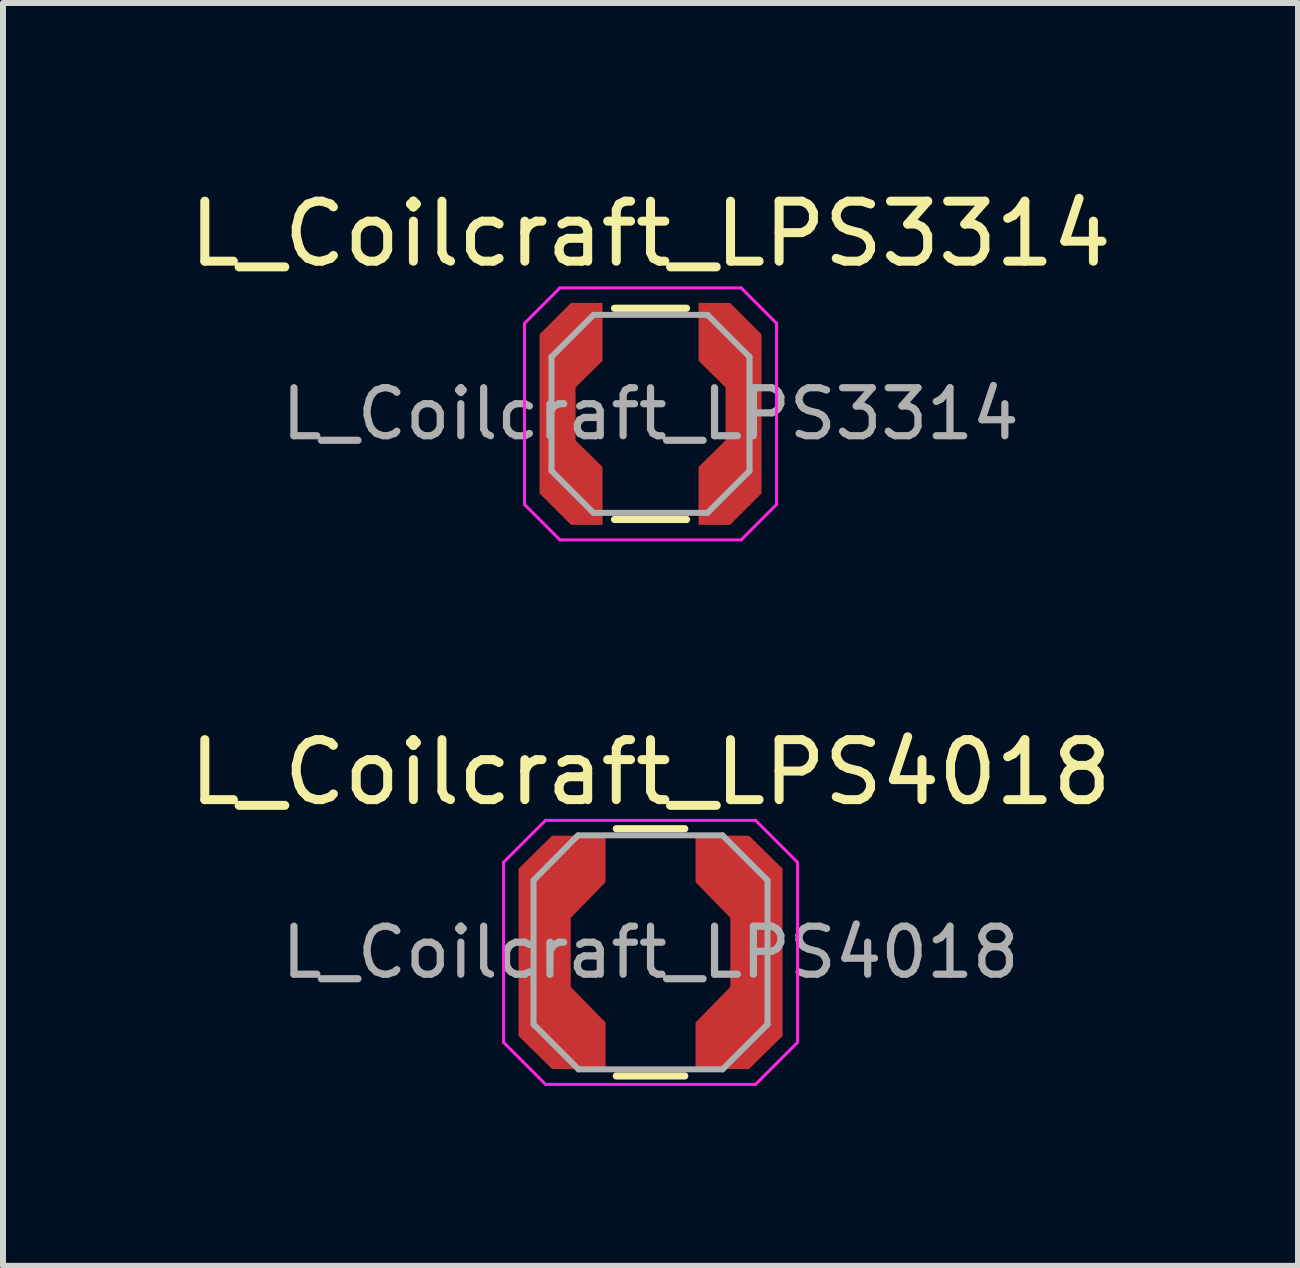
<source format=kicad_pcb>
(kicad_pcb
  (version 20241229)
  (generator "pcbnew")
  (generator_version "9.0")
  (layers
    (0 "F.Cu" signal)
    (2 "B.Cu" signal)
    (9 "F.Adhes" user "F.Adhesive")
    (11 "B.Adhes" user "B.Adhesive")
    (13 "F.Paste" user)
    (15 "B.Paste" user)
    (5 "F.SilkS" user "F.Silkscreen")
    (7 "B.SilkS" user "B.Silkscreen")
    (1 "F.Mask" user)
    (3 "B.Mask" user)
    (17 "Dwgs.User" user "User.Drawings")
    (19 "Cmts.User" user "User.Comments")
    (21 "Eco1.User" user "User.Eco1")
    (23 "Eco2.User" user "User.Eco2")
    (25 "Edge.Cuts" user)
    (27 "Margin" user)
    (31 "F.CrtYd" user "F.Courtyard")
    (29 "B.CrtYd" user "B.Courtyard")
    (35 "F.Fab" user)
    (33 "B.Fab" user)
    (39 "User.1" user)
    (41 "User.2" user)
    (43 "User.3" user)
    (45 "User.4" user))
  (footprint "L_Coilcraft_LPS4018"
    (layer "F.Cu")
    (at 7.792 12.822)
    (property "Reference" "L_Coilcraft_LPS4018" (at 0 -3 0) (layer "F.SilkS") (effects (font (size 1 1) (thickness 0.15))))
    (attr smd)
    (fp_line (start -0.57 -2.06) (end 0.57 -2.06) (stroke (width 0.12) (type solid)) (layer "F.SilkS"))
    (fp_line (start -0.57 2.06) (end 0.57 2.06) (stroke (width 0.12) (type solid)) (layer "F.SilkS"))
    (fp_line (start -2.45 -1.5) (end -2.45 1.5) (stroke (width 0.05) (type solid)) (layer "F.CrtYd"))
    (fp_line (start -1.75 -2.2) (end -2.45 -1.5) (stroke (width 0.05) (type solid)) (layer "F.CrtYd"))
    (fp_line (start -1.75 -2.2) (end 1.75 -2.2) (stroke (width 0.05) (type solid)) (layer "F.CrtYd"))
    (fp_line (start -1.75 2.2) (end -2.45 1.5) (stroke (width 0.05) (type solid)) (layer "F.CrtYd"))
    (fp_line (start -1.75 2.2) (end 1.75 2.2) (stroke (width 0.05) (type solid)) (layer "F.CrtYd"))
    (fp_line (start 1.75 -2.2) (end 2.45 -1.5) (stroke (width 0.05) (type solid)) (layer "F.CrtYd"))
    (fp_line (start 1.75 2.2) (end 2.45 1.5) (stroke (width 0.05) (type solid)) (layer "F.CrtYd"))
    (fp_line (start 2.45 -1.5) (end 2.45 1.5) (stroke (width 0.05) (type solid)) (layer "F.CrtYd"))
    (fp_line (start -1.95 -1.2) (end -1.21 -1.95) (stroke (width 0.1) (type solid)) (layer "F.Fab"))
    (fp_line (start -1.95 1.2) (end -1.95 -1.2) (stroke (width 0.1) (type solid)) (layer "F.Fab"))
    (fp_line (start -1.95 1.2) (end -1.2 1.95) (stroke (width 0.1) (type solid)) (layer "F.Fab"))
    (fp_line (start -1.2 -1.95) (end 1.2 -1.95) (stroke (width 0.1) (type solid)) (layer "F.Fab"))
    (fp_line (start 1.2 -1.95) (end 1.95 -1.2) (stroke (width 0.1) (type solid)) (layer "F.Fab"))
    (fp_line (start 1.2 1.95) (end -1.2 1.95) (stroke (width 0.1) (type solid)) (layer "F.Fab"))
    (fp_line (start 1.2 1.95) (end 1.95 1.2) (stroke (width 0.1) (type solid)) (layer "F.Fab"))
    (fp_line (start 1.95 -1.2) (end 1.95 1.2) (stroke (width 0.1) (type solid)) (layer "F.Fab"))
    (fp_text user "${REFERENCE}" (at 0 0 0) (layer "F.Fab") (effects (font (size 0.8 0.8) (thickness 0.12))))
    (pad "1" smd custom (at -1.765 0) (size 0.87 2.79) (layers "F.Cu" "F.Mask" "F.Paste") (options (anchor rect)) (primitives (gr_poly (pts (xy 1.015 -1.17) (xy 0.435 -0.575) (xy 0.435 0.575) (xy 1.015 1.17) (xy 1.015 1.945) (xy 0.125 1.945) (xy -0.435 1.395) (xy -0.435 -1.395) (xy 0.125 -1.945) (xy 1.015 -1.945)) (width 0) (fill yes))))
    (pad "2" smd custom (at 1.765 0) (size 0.87 2.79) (layers "F.Cu" "F.Mask" "F.Paste") (options (anchor rect)) (primitives (gr_poly (pts (xy 0.435 -1.395) (xy 0.435 1.395) (xy -0.125 1.945) (xy -1.015 1.945) (xy -1.015 1.17) (xy -0.435 0.575) (xy -0.435 -0.575) (xy -1.015 -1.17) (xy -1.015 -1.945) (xy -0.125 -1.945)) (width 0) (fill yes)))))
  (footprint "L_Coilcraft_LPS3314"
    (layer "F.Cu")
    (at 7.792 3.848)
    (property "Reference" "L_Coilcraft_LPS3314" (at 0 -3 0) (layer "F.SilkS") (effects (font (size 1 1) (thickness 0.15))))
    (attr smd)
    (fp_line (start -0.6 -1.76) (end 0.6 -1.76) (stroke (width 0.12) (type solid)) (layer "F.SilkS"))
    (fp_line (start -0.6 1.76) (end 0.6 1.76) (stroke (width 0.12) (type solid)) (layer "F.SilkS"))
    (fp_line (start -2.1 -1.51) (end -2.1 1.51) (stroke (width 0.05) (type solid)) (layer "F.CrtYd"))
    (fp_line (start -1.51 -2.1) (end -2.1 -1.51) (stroke (width 0.05) (type solid)) (layer "F.CrtYd"))
    (fp_line (start -1.51 -2.1) (end 1.51 -2.1) (stroke (width 0.05) (type solid)) (layer "F.CrtYd"))
    (fp_line (start -1.51 2.1) (end -2.1 1.51) (stroke (width 0.05) (type solid)) (layer "F.CrtYd"))
    (fp_line (start -1.51 2.1) (end 1.51 2.1) (stroke (width 0.05) (type solid)) (layer "F.CrtYd"))
    (fp_line (start 1.51 -2.1) (end 2.1 -1.51) (stroke (width 0.05) (type solid)) (layer "F.CrtYd"))
    (fp_line (start 1.51 2.1) (end 2.1 1.51) (stroke (width 0.05) (type solid)) (layer "F.CrtYd"))
    (fp_line (start 2.1 -1.51) (end 2.1 1.51) (stroke (width 0.05) (type solid)) (layer "F.CrtYd"))
    (fp_line (start -1.65 -0.95) (end -0.95 -1.65) (stroke (width 0.1) (type solid)) (layer "F.Fab"))
    (fp_line (start -1.65 0.95) (end -1.65 -0.95) (stroke (width 0.1) (type solid)) (layer "F.Fab"))
    (fp_line (start -1.65 0.95) (end -0.95 1.65) (stroke (width 0.1) (type solid)) (layer "F.Fab"))
    (fp_line (start -0.95 -1.65) (end 0.95 -1.65) (stroke (width 0.1) (type solid)) (layer "F.Fab"))
    (fp_line (start 0.95 -1.65) (end 1.65 -0.95) (stroke (width 0.1) (type solid)) (layer "F.Fab"))
    (fp_line (start 0.95 1.65) (end -0.95 1.65) (stroke (width 0.1) (type solid)) (layer "F.Fab"))
    (fp_line (start 0.95 1.65) (end 1.65 0.95) (stroke (width 0.1) (type solid)) (layer "F.Fab"))
    (fp_line (start 1.65 -0.95) (end 1.65 0.95) (stroke (width 0.1) (type solid)) (layer "F.Fab"))
    (fp_text user "${REFERENCE}" (at 0 0 0) (layer "F.Fab") (effects (font (size 0.8 0.8) (thickness 0.12))))
    (pad "1" smd custom (at -1.55 0) (size 0.6 0.881) (layers "F.Cu" "F.Mask" "F.Paste") (options (anchor rect)) (primitives (gr_poly (pts (xy 0.75 -0.885) (xy 0.3 -0.441) (xy 0.3 0.441) (xy 0.75 0.885) (xy 0.75 1.85) (xy 0.225 1.85) (xy -0.3 1.325) (xy -0.3 -1.325) (xy 0.225 -1.85) (xy 0.75 -1.85)) (width 0) (fill yes))))
    (pad "2" smd custom (at 1.55 0 180) (size 0.6 0.881) (layers "F.Cu" "F.Mask" "F.Paste") (options (anchor rect)) (primitives (gr_poly (pts (xy 0.75 -0.885) (xy 0.3 -0.441) (xy 0.3 0.441) (xy 0.75 0.885) (xy 0.75 1.85) (xy 0.225 1.85) (xy -0.3 1.325) (xy -0.3 -1.325) (xy 0.225 -1.85) (xy 0.75 -1.85)) (width 0) (fill yes)))))
  (gr_rect
    (start -3 -3)
    (end 18.583 18.047)
    (stroke (width 0.1) (type default))
    (fill no)
    (layer "Edge.Cuts")))
</source>
